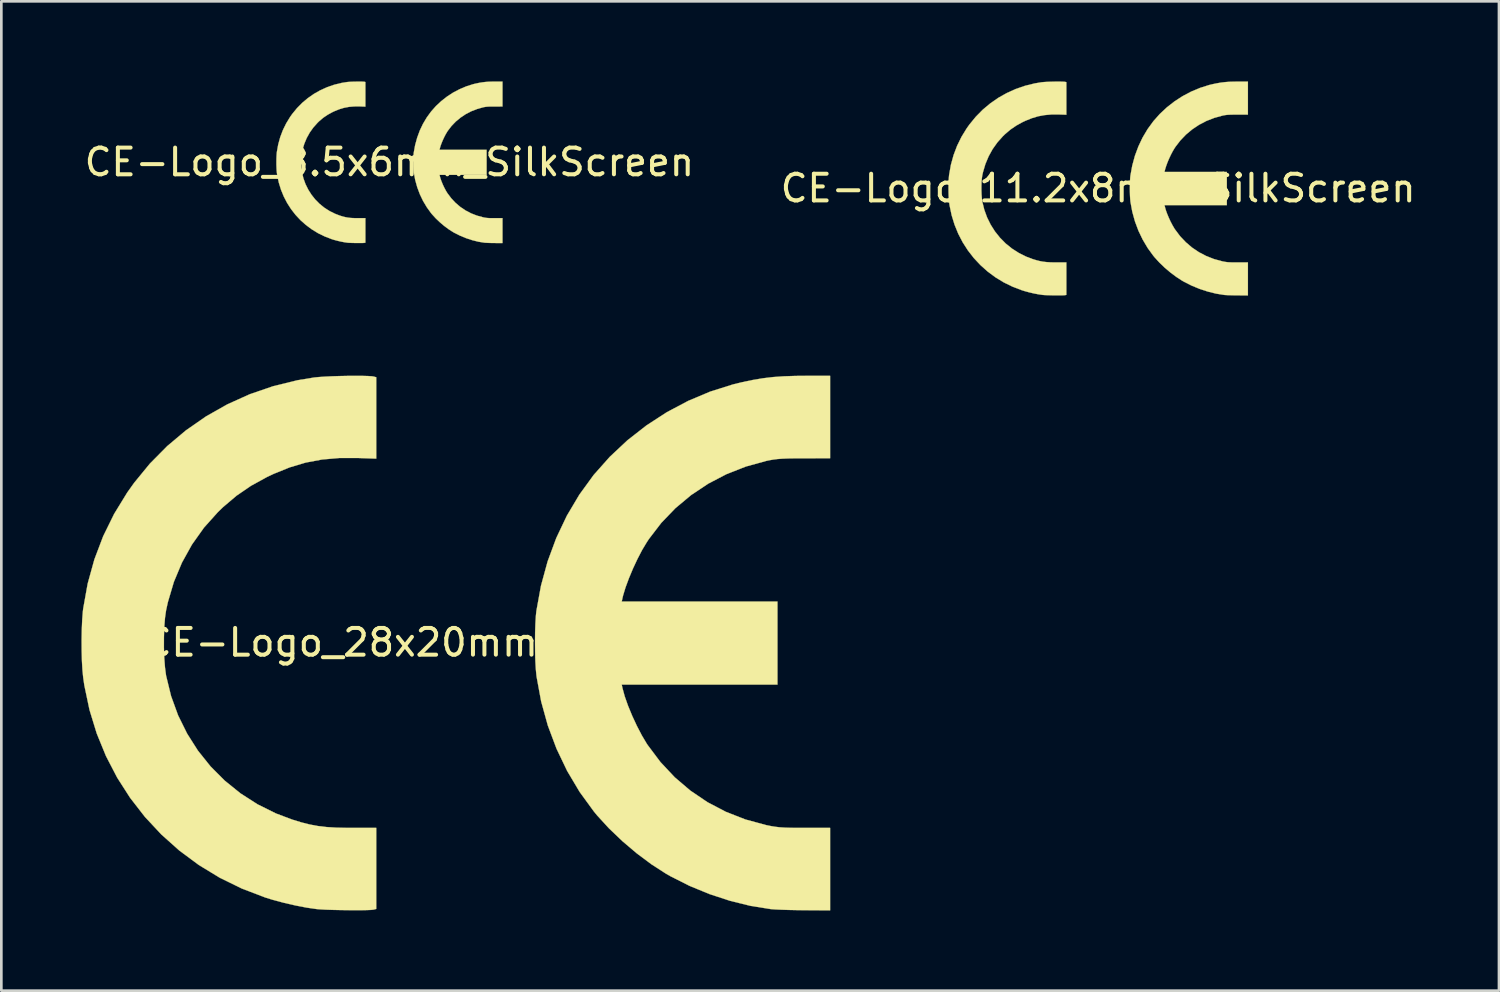
<source format=kicad_pcb>
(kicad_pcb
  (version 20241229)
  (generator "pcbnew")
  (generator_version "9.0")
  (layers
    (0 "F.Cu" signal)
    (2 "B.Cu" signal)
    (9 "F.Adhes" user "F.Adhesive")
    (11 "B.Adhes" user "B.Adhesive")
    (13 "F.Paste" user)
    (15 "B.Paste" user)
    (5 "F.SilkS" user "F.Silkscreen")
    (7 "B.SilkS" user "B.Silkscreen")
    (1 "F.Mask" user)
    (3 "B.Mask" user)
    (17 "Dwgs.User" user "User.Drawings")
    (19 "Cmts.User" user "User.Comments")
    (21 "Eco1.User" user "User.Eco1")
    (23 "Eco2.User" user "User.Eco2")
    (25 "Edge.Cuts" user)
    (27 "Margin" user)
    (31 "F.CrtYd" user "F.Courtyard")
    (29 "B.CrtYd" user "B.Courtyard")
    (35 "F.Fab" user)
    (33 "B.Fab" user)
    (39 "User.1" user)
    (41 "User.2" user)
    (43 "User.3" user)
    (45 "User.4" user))
  (footprint "CE-Logo_28x20mm_SilkScreen"
    (layer "F.Cu")
    (at 14.015 21.005)
    (property "Reference" "CE-Logo_28x20mm_SilkScreen" (at 0 0 0) (layer "F.SilkS") (effects (font (size 1 1) (thickness 0.15))))
    (attr exclude_from_pos_files exclude_from_bom)
    (fp_poly (pts (xy -3.512 -9.983) (xy -3.298 -9.977) (xy -3.144 -9.968) (xy -3.076 -9.957) (xy -2.978 -9.931) (xy -2.978 -6.884) (xy -3.672 -6.908) (xy -4.366 -6.907) (xy -5.009 -6.851) (xy -5.62 -6.736) (xy -6.217 -6.558) (xy -6.822 -6.313) (xy -7.073 -6.194) (xy -7.67 -5.866) (xy -8.209 -5.497) (xy -8.713 -5.07) (xy -8.909 -4.88) (xy -9.428 -4.301) (xy -9.877 -3.669) (xy -10.253 -2.991) (xy -10.555 -2.27) (xy -10.78 -1.511) (xy -10.847 -1.204) (xy -10.887 -0.926) (xy -10.914 -0.585) (xy -10.927 -0.205) (xy -10.928 0.189) (xy -10.915 0.575) (xy -10.888 0.929) (xy -10.849 1.226) (xy -10.845 1.248) (xy -10.66 2.005) (xy -10.397 2.728) (xy -10.06 3.41) (xy -9.655 4.048) (xy -9.184 4.637) (xy -8.652 5.171) (xy -8.063 5.647) (xy -7.423 6.058) (xy -6.734 6.4) (xy -6.127 6.629) (xy -5.785 6.734) (xy -5.472 6.813) (xy -5.165 6.871) (xy -4.843 6.909) (xy -4.485 6.931) (xy -4.069 6.94) (xy -3.887 6.94) (xy -2.978 6.939) (xy -2.978 9.975) (xy -3.076 10.001) (xy -3.161 10.011) (xy -3.316 10.018) (xy -3.527 10.022) (xy -3.778 10.023) (xy -4.051 10.021) (xy -4.333 10.017) (xy -4.605 10.011) (xy -4.853 10.003) (xy -5.06 9.992) (xy -5.21 9.98) (xy -5.211 9.98) (xy -5.585 9.926) (xy -6.008 9.844) (xy -6.446 9.743) (xy -6.869 9.629) (xy -7.137 9.546) (xy -8.013 9.211) (xy -8.843 8.804) (xy -9.624 8.328) (xy -10.353 7.788) (xy -11.026 7.186) (xy -11.64 6.528) (xy -12.192 5.817) (xy -12.679 5.057) (xy -13.097 4.252) (xy -13.443 3.407) (xy -13.714 2.524) (xy -13.907 1.608) (xy -13.95 1.314) (xy -13.978 1.033) (xy -13.998 0.689) (xy -14.008 0.305) (xy -14.01 -0.096) (xy -14.003 -0.49) (xy -13.987 -0.854) (xy -13.963 -1.164) (xy -13.95 -1.27) (xy -13.782 -2.206) (xy -13.532 -3.11) (xy -13.202 -3.98) (xy -12.792 -4.814) (xy -12.304 -5.611) (xy -12.043 -5.978) (xy -11.453 -6.698) (xy -10.804 -7.354) (xy -10.101 -7.945) (xy -9.349 -8.467) (xy -8.551 -8.918) (xy -7.712 -9.296) (xy -6.838 -9.596) (xy -5.932 -9.818) (xy -5.3 -9.922) (xy -5.127 -9.939) (xy -4.899 -9.954) (xy -4.633 -9.967) (xy -4.345 -9.976) (xy -4.051 -9.982) (xy -3.768 -9.984) (xy -3.512 -9.983)) (stroke (width 0.01) (type solid)) (fill yes) (layer "F.SilkS"))
    (fp_poly (pts (xy 14.014 -8.441) (xy 14.014 -6.897) (xy 13.039 -6.896) (xy 12.702 -6.895) (xy 12.435 -6.891) (xy 12.221 -6.882) (xy 12.045 -6.869) (xy 11.887 -6.849) (xy 11.733 -6.822) (xy 11.621 -6.798) (xy 10.86 -6.588) (xy 10.134 -6.303) (xy 9.448 -5.945) (xy 8.81 -5.52) (xy 8.223 -5.03) (xy 7.695 -4.481) (xy 7.23 -3.875) (xy 7.149 -3.752) (xy 6.977 -3.465) (xy 6.802 -3.129) (xy 6.633 -2.768) (xy 6.481 -2.404) (xy 6.354 -2.061) (xy 6.263 -1.76) (xy 6.243 -1.675) (xy 6.212 -1.533) (xy 12.043 -1.533) (xy 12.043 1.577) (xy 6.212 1.577) (xy 6.243 1.719) (xy 6.326 2.021) (xy 6.45 2.372) (xy 6.605 2.747) (xy 6.781 3.125) (xy 6.967 3.481) (xy 7.153 3.794) (xy 7.185 3.841) (xy 7.661 4.475) (xy 8.194 5.044) (xy 8.782 5.545) (xy 9.422 5.978) (xy 10.109 6.338) (xy 10.841 6.625) (xy 11.614 6.835) (xy 11.632 6.839) (xy 11.806 6.874) (xy 11.967 6.9) (xy 12.131 6.919) (xy 12.317 6.931) (xy 12.543 6.938) (xy 12.827 6.941) (xy 13.061 6.941) (xy 14.014 6.941) (xy 14.014 10.029) (xy 13.061 10.023) (xy 12.757 10.019) (xy 12.46 10.013) (xy 12.189 10.004) (xy 11.964 9.994) (xy 11.804 9.982) (xy 11.78 9.98) (xy 11.034 9.86) (xy 10.267 9.671) (xy 9.499 9.419) (xy 8.752 9.112) (xy 8.046 8.756) (xy 7.861 8.65) (xy 7.32 8.301) (xy 6.77 7.89) (xy 6.235 7.436) (xy 5.735 6.958) (xy 5.292 6.475) (xy 5.171 6.328) (xy 4.637 5.595) (xy 4.169 4.808) (xy 3.771 3.976) (xy 3.445 3.107) (xy 3.196 2.208) (xy 3.026 1.288) (xy 3.018 1.226) (xy 2.995 0.989) (xy 2.978 0.689) (xy 2.969 0.347) (xy 2.966 -0.013) (xy 2.969 -0.371) (xy 2.98 -0.704) (xy 2.997 -0.991) (xy 3.017 -1.182) (xy 3.189 -2.126) (xy 3.438 -3.038) (xy 3.762 -3.913) (xy 4.158 -4.747) (xy 4.625 -5.534) (xy 5.159 -6.269) (xy 5.171 -6.283) (xy 5.768 -6.955) (xy 6.427 -7.572) (xy 7.14 -8.129) (xy 7.9 -8.622) (xy 8.698 -9.045) (xy 9.526 -9.394) (xy 10.376 -9.662) (xy 10.708 -9.743) (xy 11.118 -9.829) (xy 11.499 -9.893) (xy 11.876 -9.938) (xy 12.273 -9.966) (xy 12.714 -9.981) (xy 13.083 -9.984) (xy 14.014 -9.985) (xy 14.014 -8.441)) (stroke (width 0.01) (type solid)) (fill yes) (layer "F.SilkS")))
  (footprint "CE-Logo_11.2x8mm_SilkScreen"
    (layer "F.Cu")
    (at 38.065 3.999)
    (property "Reference" "CE-Logo_11.2x8mm_SilkScreen" (at 0 0 0) (layer "F.SilkS") (effects (font (size 1 1) (thickness 0.15))))
    (attr exclude_from_pos_files exclude_from_bom)
    (fp_poly (pts (xy -1.405 -3.993) (xy -1.319 -3.991) (xy -1.258 -3.987) (xy -1.231 -3.983) (xy -1.191 -3.972) (xy -1.191 -2.754) (xy -1.469 -2.763) (xy -1.746 -2.763) (xy -2.004 -2.74) (xy -2.248 -2.695) (xy -2.487 -2.623) (xy -2.729 -2.525) (xy -2.829 -2.478) (xy -3.068 -2.346) (xy -3.283 -2.199) (xy -3.485 -2.028) (xy -3.564 -1.952) (xy -3.771 -1.72) (xy -3.951 -1.468) (xy -4.101 -1.196) (xy -4.222 -0.908) (xy -4.312 -0.604) (xy -4.339 -0.482) (xy -4.355 -0.37) (xy -4.366 -0.234) (xy -4.371 -0.082) (xy -4.371 0.076) (xy -4.366 0.23) (xy -4.355 0.372) (xy -4.339 0.49) (xy -4.338 0.499) (xy -4.264 0.802) (xy -4.159 1.091) (xy -4.024 1.364) (xy -3.862 1.619) (xy -3.673 1.855) (xy -3.461 2.069) (xy -3.225 2.259) (xy -2.969 2.423) (xy -2.694 2.56) (xy -2.451 2.652) (xy -2.314 2.693) (xy -2.189 2.725) (xy -2.066 2.748) (xy -1.937 2.763) (xy -1.794 2.772) (xy -1.628 2.776) (xy -1.555 2.776) (xy -1.191 2.776) (xy -1.191 3.99) (xy -1.231 4) (xy -1.264 4.004) (xy -1.326 4.007) (xy -1.411 4.009) (xy -1.511 4.009) (xy -1.621 4.009) (xy -1.733 4.007) (xy -1.842 4.004) (xy -1.941 4.001) (xy -2.024 3.997) (xy -2.084 3.992) (xy -2.085 3.992) (xy -2.234 3.97) (xy -2.403 3.938) (xy -2.579 3.897) (xy -2.747 3.851) (xy -2.855 3.818) (xy -3.205 3.684) (xy -3.537 3.522) (xy -3.85 3.331) (xy -4.141 3.115) (xy -4.41 2.874) (xy -4.656 2.611) (xy -4.877 2.327) (xy -5.072 2.023) (xy -5.239 1.701) (xy -5.377 1.363) (xy -5.486 1.01) (xy -5.563 0.643) (xy -5.58 0.526) (xy -5.591 0.413) (xy -5.599 0.276) (xy -5.603 0.122) (xy -5.604 -0.039) (xy -5.601 -0.196) (xy -5.595 -0.342) (xy -5.585 -0.465) (xy -5.58 -0.508) (xy -5.513 -0.882) (xy -5.413 -1.244) (xy -5.281 -1.592) (xy -5.117 -1.926) (xy -4.922 -2.244) (xy -4.817 -2.391) (xy -4.581 -2.679) (xy -4.322 -2.942) (xy -4.04 -3.178) (xy -3.739 -3.387) (xy -3.42 -3.567) (xy -3.085 -3.718) (xy -2.735 -3.838) (xy -2.373 -3.927) (xy -2.12 -3.969) (xy -2.051 -3.976) (xy -1.959 -3.982) (xy -1.853 -3.987) (xy -1.738 -3.99) (xy -1.62 -3.993) (xy -1.507 -3.994) (xy -1.405 -3.993)) (stroke (width 0.01) (type solid)) (fill yes) (layer "F.SilkS"))
    (fp_poly (pts (xy 5.606 -3.376) (xy 5.606 -2.759) (xy 5.216 -2.759) (xy 5.081 -2.758) (xy 4.974 -2.756) (xy 4.889 -2.753) (xy 4.818 -2.748) (xy 4.755 -2.74) (xy 4.693 -2.729) (xy 4.648 -2.719) (xy 4.344 -2.635) (xy 4.053 -2.521) (xy 3.779 -2.378) (xy 3.524 -2.208) (xy 3.289 -2.012) (xy 3.078 -1.792) (xy 2.892 -1.55) (xy 2.86 -1.501) (xy 2.791 -1.386) (xy 2.721 -1.252) (xy 2.653 -1.107) (xy 2.592 -0.962) (xy 2.542 -0.824) (xy 2.505 -0.704) (xy 2.497 -0.67) (xy 2.485 -0.613) (xy 4.817 -0.613) (xy 4.817 0.631) (xy 2.485 0.631) (xy 2.497 0.688) (xy 2.53 0.809) (xy 2.58 0.949) (xy 2.642 1.099) (xy 2.712 1.25) (xy 2.787 1.392) (xy 2.861 1.517) (xy 2.874 1.536) (xy 3.064 1.79) (xy 3.278 2.017) (xy 3.513 2.218) (xy 3.769 2.391) (xy 4.044 2.535) (xy 4.336 2.65) (xy 4.645 2.734) (xy 4.653 2.736) (xy 4.723 2.75) (xy 4.787 2.76) (xy 4.852 2.768) (xy 4.927 2.772) (xy 5.017 2.775) (xy 5.131 2.776) (xy 5.225 2.776) (xy 5.606 2.776) (xy 5.606 4.011) (xy 5.225 4.009) (xy 5.103 4.008) (xy 4.984 4.005) (xy 4.876 4.002) (xy 4.786 3.998) (xy 4.721 3.993) (xy 4.712 3.992) (xy 4.414 3.944) (xy 4.107 3.868) (xy 3.8 3.768) (xy 3.501 3.645) (xy 3.218 3.502) (xy 3.144 3.46) (xy 2.928 3.32) (xy 2.708 3.156) (xy 2.494 2.975) (xy 2.294 2.783) (xy 2.117 2.59) (xy 2.068 2.531) (xy 1.855 2.238) (xy 1.668 1.923) (xy 1.508 1.59) (xy 1.378 1.243) (xy 1.278 0.883) (xy 1.21 0.515) (xy 1.207 0.49) (xy 1.198 0.396) (xy 1.191 0.275) (xy 1.187 0.139) (xy 1.186 -0.005) (xy 1.188 -0.148) (xy 1.192 -0.282) (xy 1.199 -0.396) (xy 1.207 -0.473) (xy 1.276 -0.85) (xy 1.375 -1.215) (xy 1.505 -1.565) (xy 1.663 -1.899) (xy 1.85 -2.214) (xy 2.064 -2.507) (xy 2.068 -2.513) (xy 2.307 -2.782) (xy 2.571 -3.029) (xy 2.856 -3.252) (xy 3.16 -3.449) (xy 3.479 -3.618) (xy 3.81 -3.757) (xy 4.15 -3.865) (xy 4.283 -3.897) (xy 4.447 -3.931) (xy 4.6 -3.957) (xy 4.75 -3.975) (xy 4.909 -3.987) (xy 5.086 -3.992) (xy 5.233 -3.994) (xy 5.606 -3.994) (xy 5.606 -3.376)) (stroke (width 0.01) (type solid)) (fill yes) (layer "F.SilkS")))
  (footprint "CE-Logo_8.5x6mm_SilkScreen"
    (layer "F.Cu")
    (at 11.53 3.021)
    (property "Reference" "CE-Logo_8.5x6mm_SilkScreen" (at 0 0 0) (layer "F.SilkS") (effects (font (size 1 1) (thickness 0.15))))
    (attr exclude_from_pos_files exclude_from_bom)
    (fp_poly (pts (xy -1.061 -3.016) (xy -0.996 -3.014) (xy -0.95 -3.011) (xy -0.929 -3.008) (xy -0.9 -3) (xy -0.9 -2.079) (xy -1.109 -2.087) (xy -1.319 -2.086) (xy -1.513 -2.07) (xy -1.698 -2.035) (xy -1.878 -1.981) (xy -2.061 -1.907) (xy -2.137 -1.871) (xy -2.317 -1.772) (xy -2.48 -1.661) (xy -2.632 -1.532) (xy -2.691 -1.474) (xy -2.848 -1.299) (xy -2.984 -1.108) (xy -3.097 -0.904) (xy -3.188 -0.686) (xy -3.257 -0.456) (xy -3.277 -0.364) (xy -3.289 -0.28) (xy -3.297 -0.177) (xy -3.301 -0.062) (xy -3.301 0.057) (xy -3.297 0.174) (xy -3.289 0.281) (xy -3.277 0.37) (xy -3.276 0.377) (xy -3.22 0.606) (xy -3.141 0.824) (xy -3.039 1.03) (xy -2.916 1.223) (xy -2.774 1.401) (xy -2.614 1.562) (xy -2.436 1.706) (xy -2.242 1.83) (xy -2.034 1.933) (xy -1.851 2.003) (xy -1.748 2.034) (xy -1.653 2.058) (xy -1.56 2.075) (xy -1.463 2.087) (xy -1.355 2.094) (xy -1.229 2.096) (xy -1.174 2.097) (xy -0.9 2.096) (xy -0.9 3.013) (xy -0.929 3.021) (xy -0.955 3.024) (xy -1.002 3.026) (xy -1.065 3.027) (xy -1.141 3.028) (xy -1.224 3.027) (xy -1.309 3.026) (xy -1.391 3.024) (xy -1.466 3.022) (xy -1.528 3.019) (xy -1.574 3.015) (xy -1.574 3.015) (xy -1.687 2.998) (xy -1.815 2.974) (xy -1.947 2.943) (xy -2.075 2.909) (xy -2.156 2.884) (xy -2.421 2.782) (xy -2.671 2.66) (xy -2.907 2.516) (xy -3.127 2.352) (xy -3.331 2.171) (xy -3.516 1.972) (xy -3.683 1.757) (xy -3.83 1.528) (xy -3.956 1.285) (xy -4.061 1.029) (xy -4.143 0.762) (xy -4.201 0.486) (xy -4.214 0.397) (xy -4.223 0.312) (xy -4.228 0.208) (xy -4.232 0.092) (xy -4.232 -0.029) (xy -4.23 -0.148) (xy -4.225 -0.258) (xy -4.218 -0.352) (xy -4.214 -0.384) (xy -4.163 -0.666) (xy -4.088 -0.939) (xy -3.988 -1.202) (xy -3.864 -1.454) (xy -3.717 -1.695) (xy -3.638 -1.806) (xy -3.46 -2.023) (xy -3.264 -2.222) (xy -3.051 -2.4) (xy -2.824 -2.558) (xy -2.583 -2.694) (xy -2.33 -2.808) (xy -2.066 -2.899) (xy -1.792 -2.966) (xy -1.601 -2.997) (xy -1.549 -3.003) (xy -1.48 -3.007) (xy -1.399 -3.011) (xy -1.312 -3.014) (xy -1.224 -3.015) (xy -1.138 -3.016) (xy -1.061 -3.016)) (stroke (width 0.01) (type solid)) (fill yes) (layer "F.SilkS"))
    (fp_poly (pts (xy 4.233 -2.084) (xy 3.939 -2.083) (xy 3.837 -2.083) (xy 3.756 -2.082) (xy 3.692 -2.079) (xy 3.638 -2.075) (xy 3.591 -2.069) (xy 3.544 -2.061) (xy 3.51 -2.054) (xy 3.281 -1.99) (xy 3.061 -1.904) (xy 2.854 -1.796) (xy 2.661 -1.667) (xy 2.484 -1.52) (xy 2.324 -1.354) (xy 2.184 -1.171) (xy 2.16 -1.134) (xy 2.108 -1.047) (xy 2.055 -0.945) (xy 2.004 -0.836) (xy 1.958 -0.726) (xy 1.919 -0.623) (xy 1.892 -0.532) (xy 1.886 -0.506) (xy 1.876 -0.463) (xy 3.638 -0.463) (xy 3.638 0.476) (xy 1.876 0.476) (xy 1.886 0.519) (xy 1.911 0.611) (xy 1.948 0.716) (xy 1.995 0.83) (xy 2.048 0.944) (xy 2.105 1.052) (xy 2.161 1.146) (xy 2.17 1.16) (xy 2.314 1.352) (xy 2.475 1.524) (xy 2.653 1.675) (xy 2.846 1.806) (xy 3.054 1.915) (xy 3.275 2.001) (xy 3.508 2.065) (xy 3.514 2.066) (xy 3.567 2.077) (xy 3.615 2.085) (xy 3.665 2.09) (xy 3.721 2.094) (xy 3.789 2.096) (xy 3.875 2.097) (xy 3.946 2.097) (xy 4.233 2.097) (xy 4.233 3.029) (xy 3.946 3.028) (xy 3.854 3.027) (xy 3.764 3.025) (xy 3.682 3.022) (xy 3.614 3.019) (xy 3.566 3.016) (xy 3.559 3.015) (xy 3.333 2.979) (xy 3.101 2.921) (xy 2.869 2.845) (xy 2.644 2.752) (xy 2.43 2.645) (xy 2.375 2.613) (xy 2.211 2.508) (xy 2.045 2.384) (xy 1.883 2.246) (xy 1.732 2.102) (xy 1.599 1.956) (xy 1.562 1.912) (xy 1.401 1.69) (xy 1.259 1.452) (xy 1.139 1.201) (xy 1.041 0.939) (xy 0.965 0.667) (xy 0.914 0.389) (xy 0.912 0.37) (xy 0.905 0.299) (xy 0.9 0.208) (xy 0.897 0.105) (xy 0.896 -0.004) (xy 0.897 -0.112) (xy 0.9 -0.213) (xy 0.905 -0.299) (xy 0.911 -0.357) (xy 0.963 -0.642) (xy 1.039 -0.918) (xy 1.136 -1.182) (xy 1.256 -1.434) (xy 1.397 -1.672) (xy 1.559 -1.894) (xy 1.562 -1.898) (xy 1.742 -2.101) (xy 1.941 -2.287) (xy 2.157 -2.456) (xy 2.386 -2.605) (xy 2.628 -2.732) (xy 2.878 -2.838) (xy 3.134 -2.919) (xy 3.235 -2.943) (xy 3.359 -2.969) (xy 3.474 -2.988) (xy 3.588 -3.002) (xy 3.707 -3.011) (xy 3.841 -3.015) (xy 3.952 -3.016) (xy 4.233 -3.016) (xy 4.233 -2.084)) (stroke (width 0.01) (type solid)) (fill yes) (layer "F.SilkS")))
  (gr_rect
    (start -3 -3)
    (end 53.071 34.039)
    (stroke (width 0.1) (type default))
    (fill no)
    (layer "Edge.Cuts")))
</source>
